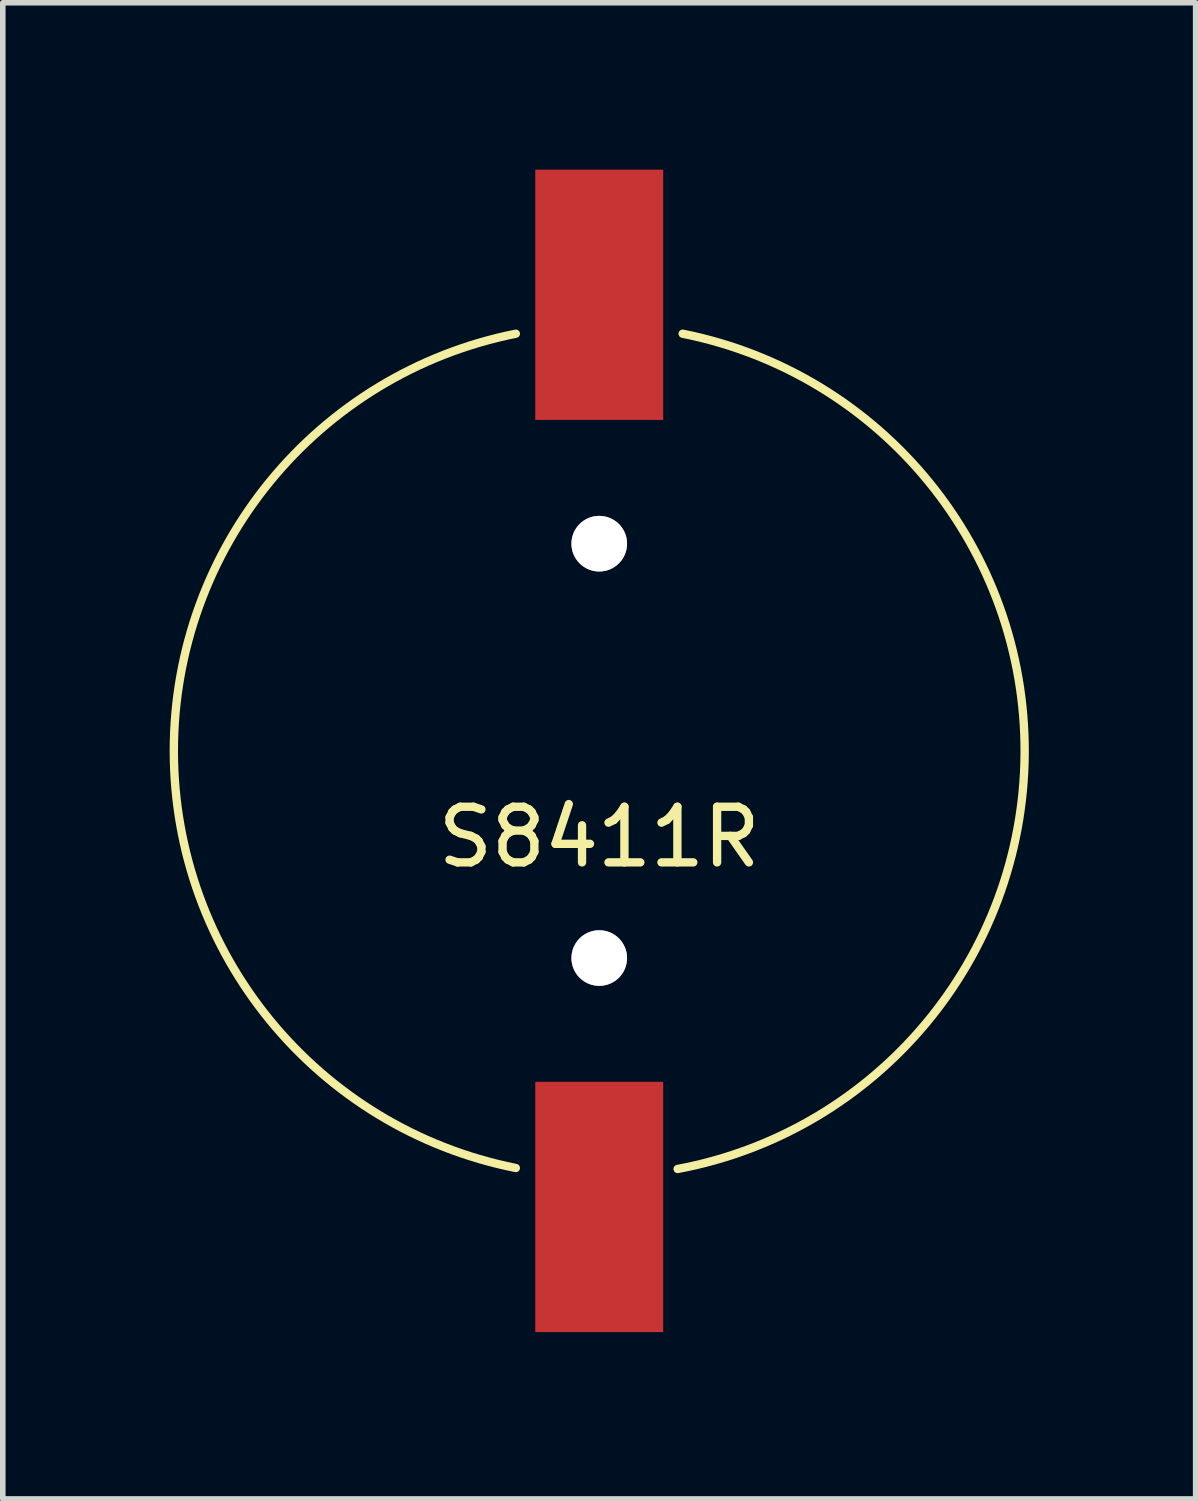
<source format=kicad_pcb>
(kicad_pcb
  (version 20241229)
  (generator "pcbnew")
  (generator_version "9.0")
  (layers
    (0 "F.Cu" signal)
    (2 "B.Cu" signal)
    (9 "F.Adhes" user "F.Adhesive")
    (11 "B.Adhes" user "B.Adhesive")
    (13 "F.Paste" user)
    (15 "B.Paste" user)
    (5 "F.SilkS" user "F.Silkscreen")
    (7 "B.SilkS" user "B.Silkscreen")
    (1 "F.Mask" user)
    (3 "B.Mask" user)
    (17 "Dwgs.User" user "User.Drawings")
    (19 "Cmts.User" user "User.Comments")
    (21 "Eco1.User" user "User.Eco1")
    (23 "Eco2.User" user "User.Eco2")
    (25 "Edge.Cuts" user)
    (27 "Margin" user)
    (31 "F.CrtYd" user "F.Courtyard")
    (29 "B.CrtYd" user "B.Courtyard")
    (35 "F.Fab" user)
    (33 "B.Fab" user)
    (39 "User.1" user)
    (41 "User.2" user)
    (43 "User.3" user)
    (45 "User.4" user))
  (footprint "S8411R"
    (layer "F.Cu")
    (at 7.724 10.45)
    (property "Reference" "S8411R" (at 0 1.55 0) (layer "F.SilkS") (effects (font (size 1 1) (thickness 0.15))))
    (attr through_hole)
    (fp_arc (start -1.5 7.5) (mid -7.648529 0) (end -1.5 -7.5) (stroke (width 0.15) (type solid)) (layer "F.SilkS"))
    (fp_arc (start 1.5 -7.5) (mid 7.648391 0.046073) (end 1.409536 7.517527) (stroke (width 0.15) (type solid)) (layer "F.SilkS"))
    (pad "" thru_hole circle (at 0 -3.725) (size 1 1) (drill 1) (layers "*.Cu"))
    (pad "" thru_hole circle (at 0 3.725) (size 1 1) (drill 1) (layers "*.Cu"))
    (pad "1" smd rect (at 0 -8.2) (size 2.3 4.5) (layers "F.Cu" "F.Mask" "F.Paste"))
    (pad "2" smd rect (at 0 8.2) (size 2.3 4.5) (layers "F.Cu" "F.Mask" "F.Paste")))
  (gr_rect
    (start -3 -3)
    (end 18.447 23.9)
    (stroke (width 0.1) (type default))
    (fill no)
    (layer "Edge.Cuts")))
</source>
